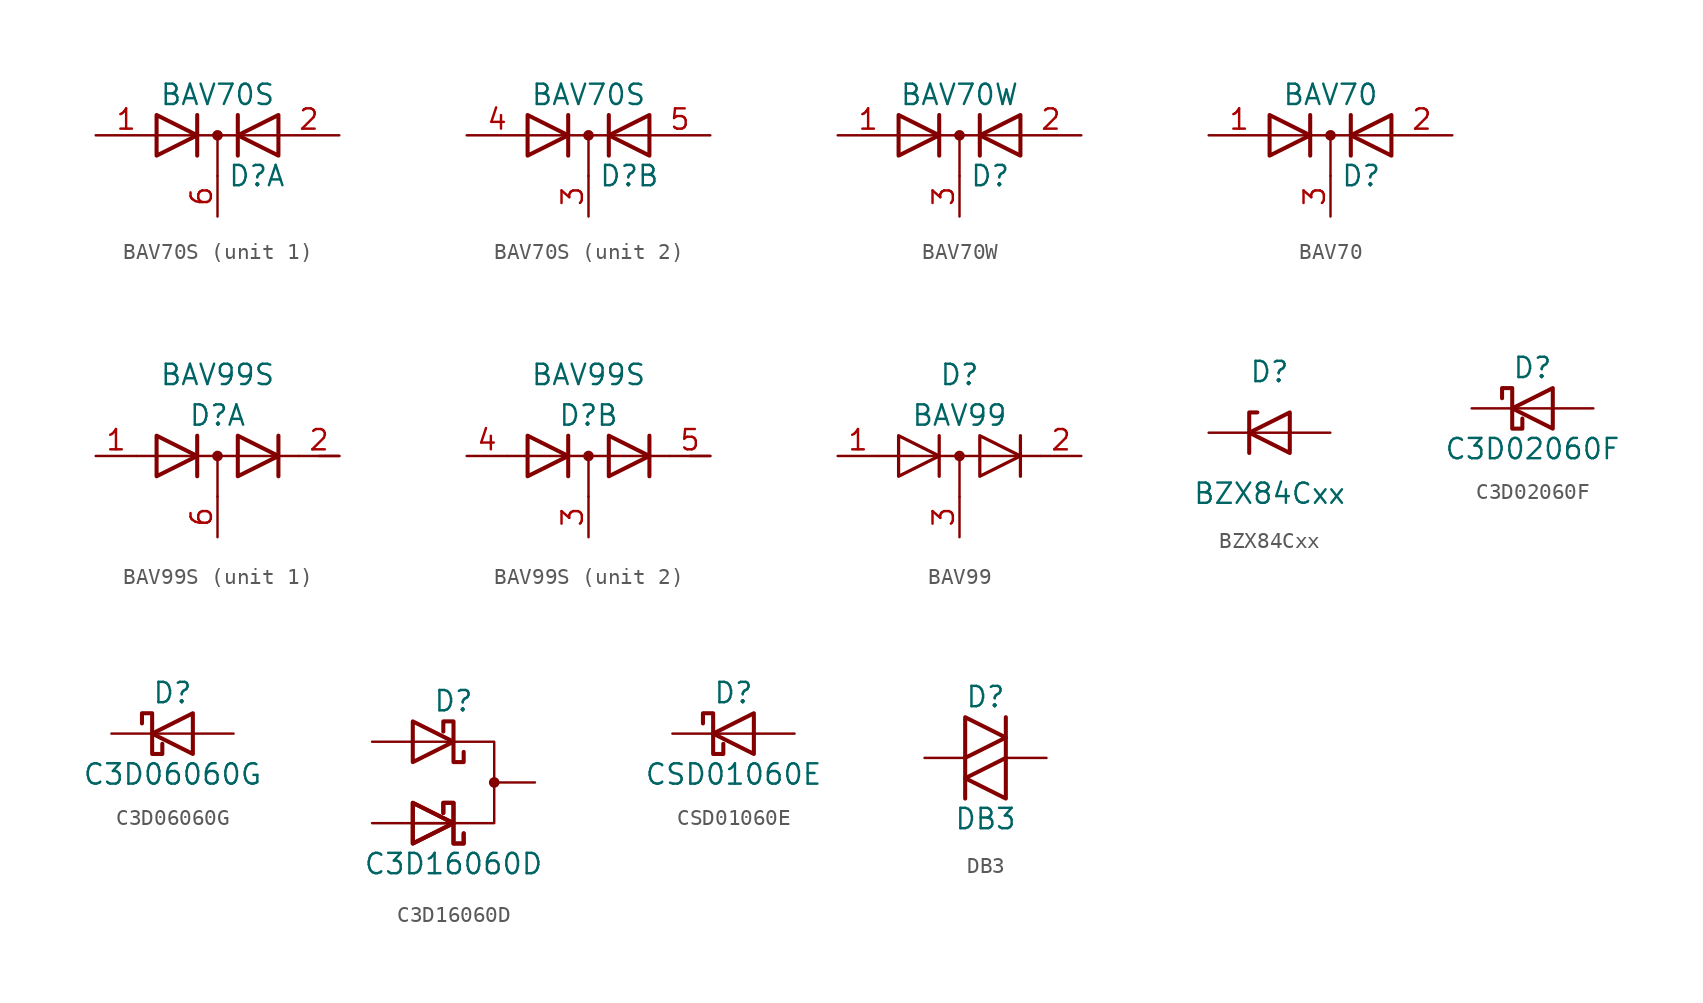
<source format=kicad_sym>
(kicad_symbol_lib
  (version 20211014)
  (generator kicad_symbol_editor)
  (symbol "BAV70S"
    (pin_names
      (offset 0.762) hide)
    (property "Reference" "D"
      (at 0.635 -2.54 0)
      (effects (font (size 1.27 1.27)) (justify left)))
    (property "Value" "BAV70S"
      (at 0 2.54 0)
      (effects (font (size 1.27 1.27))))
    (symbol "BAV70S_0_1"
      (polyline (pts (xy -3.81 0) (xy 3.81 0)) (stroke (width 0) (type default) (color 0 0 0 0)) (fill (type none)))
      (polyline (pts (xy 0 0) (xy 0 -2.54)) (stroke (width 0) (type default) (color 0 0 0 0)) (fill (type none)))
      (polyline (pts (xy -1.27 -1.27) (xy -1.27 1.27) (xy -1.27 1.27)) (stroke (width 0.254) (type default) (color 0 0 0 0)) (fill (type none)))
      (polyline (pts (xy 1.27 -1.27) (xy 1.27 1.27) (xy 1.27 1.27)) (stroke (width 0.254) (type default) (color 0 0 0 0)) (fill (type none)))
      (polyline (pts (xy -3.81 1.27) (xy -1.27 0) (xy -3.81 -1.27) (xy -3.81 1.27) (xy -3.81 1.27) (xy -3.81 1.27)) (stroke (width 0.254) (type default) (color 0 0 0 0)) (fill (type none)))
      (polyline (pts (xy 3.81 -1.27) (xy 1.27 0) (xy 3.81 1.27) (xy 3.81 -1.27) (xy 3.81 -1.27) (xy 3.81 -1.27)) (stroke (width 0.254) (type default) (color 0 0 0 0)) (fill (type none)))
      (circle (center 0 0) (radius 0.254) (stroke (width 0) (type default) (color 0 0 0 0)) (fill (type outline))))
    (symbol "BAV70S_1_1"
      (pin passive line (at -7.62 0 0) (length 3.81) (name "A" (effects (font (size 1.27 1.27)))) (number "1" (effects (font (size 1.27 1.27)))))
      (pin passive line (at 7.62 0 180) (length 3.81) (name "A" (effects (font (size 1.27 1.27)))) (number "2" (effects (font (size 1.27 1.27)))))
      (pin passive line (at 0 -5.08 90) (length 2.54) (name "K" (effects (font (size 1.27 1.27)))) (number "6" (effects (font (size 1.27 1.27))))))
    (symbol "BAV70S_2_1"
      (pin passive line (at 0 -5.08 90) (length 2.54) (name "K" (effects (font (size 1.27 1.27)))) (number "3" (effects (font (size 1.27 1.27)))))
      (pin passive line (at -7.62 0 0) (length 3.81) (name "A" (effects (font (size 1.27 1.27)))) (number "4" (effects (font (size 1.27 1.27)))))
      (pin passive line (at 7.62 0 180) (length 3.81) (name "A" (effects (font (size 1.27 1.27)))) (number "5" (effects (font (size 1.27 1.27)))))))
  (symbol "BAV70W"
    (pin_names
      (offset 0.762) hide)
    (property "Reference" "D"
      (at 0.635 -2.54 0)
      (effects (font (size 1.27 1.27)) (justify left)))
    (property "Value" "BAV70W"
      (at 0 2.54 0)
      (effects (font (size 1.27 1.27))))
    (symbol "BAV70W_0_1"
      (polyline (pts (xy -3.81 0) (xy 3.81 0)) (stroke (width 0) (type default) (color 0 0 0 0)) (fill (type none)))
      (polyline (pts (xy 0 0) (xy 0 -2.54)) (stroke (width 0) (type default) (color 0 0 0 0)) (fill (type none)))
      (polyline (pts (xy -1.27 -1.27) (xy -1.27 1.27) (xy -1.27 1.27)) (stroke (width 0.254) (type default) (color 0 0 0 0)) (fill (type none)))
      (polyline (pts (xy 1.27 -1.27) (xy 1.27 1.27) (xy 1.27 1.27)) (stroke (width 0.254) (type default) (color 0 0 0 0)) (fill (type none)))
      (polyline (pts (xy -3.81 1.27) (xy -1.27 0) (xy -3.81 -1.27) (xy -3.81 1.27) (xy -3.81 1.27) (xy -3.81 1.27)) (stroke (width 0.254) (type default) (color 0 0 0 0)) (fill (type none)))
      (polyline (pts (xy 3.81 -1.27) (xy 1.27 0) (xy 3.81 1.27) (xy 3.81 -1.27) (xy 3.81 -1.27) (xy 3.81 -1.27)) (stroke (width 0.254) (type default) (color 0 0 0 0)) (fill (type none)))
      (circle (center 0 0) (radius 0.254) (stroke (width 0) (type default) (color 0 0 0 0)) (fill (type outline)))
      (pin passive line (at -7.62 0 0) (length 3.81) (name "A" (effects (font (size 1.27 1.27)))) (number "1" (effects (font (size 1.27 1.27)))))
      (pin passive line (at 7.62 0 180) (length 3.81) (name "A" (effects (font (size 1.27 1.27)))) (number "2" (effects (font (size 1.27 1.27)))))
      (pin passive line (at 0 -5.08 90) (length 2.54) (name "K" (effects (font (size 1.27 1.27)))) (number "3" (effects (font (size 1.27 1.27)))))))
  (symbol "BAV70"
    (pin_names
      (offset 0.762) hide)
    (property "Reference" "D"
      (at 0.635 -2.54 0)
      (effects (font (size 1.27 1.27)) (justify left)))
    (property "Value" "BAV70"
      (at 0 2.54 0)
      (effects (font (size 1.27 1.27))))
    (symbol "BAV70_0_1"
      (polyline (pts (xy -3.81 0) (xy 3.81 0)) (stroke (width 0) (type default) (color 0 0 0 0)) (fill (type none)))
      (polyline (pts (xy 0 0) (xy 0 -2.54)) (stroke (width 0) (type default) (color 0 0 0 0)) (fill (type none)))
      (polyline (pts (xy -1.27 -1.27) (xy -1.27 1.27) (xy -1.27 1.27)) (stroke (width 0.254) (type default) (color 0 0 0 0)) (fill (type none)))
      (polyline (pts (xy 1.27 -1.27) (xy 1.27 1.27) (xy 1.27 1.27)) (stroke (width 0.254) (type default) (color 0 0 0 0)) (fill (type none)))
      (polyline (pts (xy -3.81 1.27) (xy -1.27 0) (xy -3.81 -1.27) (xy -3.81 1.27) (xy -3.81 1.27) (xy -3.81 1.27)) (stroke (width 0.254) (type default) (color 0 0 0 0)) (fill (type none)))
      (polyline (pts (xy 3.81 -1.27) (xy 1.27 0) (xy 3.81 1.27) (xy 3.81 -1.27) (xy 3.81 -1.27) (xy 3.81 -1.27)) (stroke (width 0.254) (type default) (color 0 0 0 0)) (fill (type none)))
      (circle (center 0 0) (radius 0.254) (stroke (width 0) (type default) (color 0 0 0 0)) (fill (type outline)))
      (pin passive line (at -7.62 0 0) (length 3.81) (name "A" (effects (font (size 1.27 1.27)))) (number "1" (effects (font (size 1.27 1.27)))))
      (pin passive line (at 7.62 0 180) (length 3.81) (name "A" (effects (font (size 1.27 1.27)))) (number "2" (effects (font (size 1.27 1.27)))))
      (pin passive line (at 0 -5.08 90) (length 2.54) (name "K" (effects (font (size 1.27 1.27)))) (number "3" (effects (font (size 1.27 1.27)))))))
  (symbol "BAV99S"
    (pin_names
      (offset 0.025) hide)
    (property "Reference" "D"
      (at 0 2.54 0)
      (effects (font (size 1.27 1.27))))
    (property "Value" "BAV99S"
      (at 0 5.08 0)
      (effects (font (size 1.27 1.27))))
    (property "ki_locked" ""
      (at 0 0 0)
      (effects (font (size 1.27 1.27))))
    (symbol "BAV99S_0_1"
      (polyline (pts (xy -5.08 0) (xy 5.08 0)) (stroke (width 0) (type default) (color 0 0 0 0)) (fill (type none)))
      (polyline (pts (xy 0 0) (xy 0 -2.54)) (stroke (width 0) (type default) (color 0 0 0 0)) (fill (type none)))
      (polyline (pts (xy -1.27 -1.27) (xy -1.27 1.27) (xy -1.27 1.27)) (stroke (width 0.254) (type default) (color 0 0 0 0)) (fill (type none)))
      (polyline (pts (xy 3.81 1.27) (xy 3.81 -1.27) (xy 3.81 -1.27)) (stroke (width 0.254) (type default) (color 0 0 0 0)) (fill (type none)))
      (polyline (pts (xy -3.81 1.27) (xy -1.27 0) (xy -3.81 -1.27) (xy -3.81 1.27) (xy -3.81 1.27) (xy -3.81 1.27)) (stroke (width 0.254) (type default) (color 0 0 0 0)) (fill (type none)))
      (polyline (pts (xy 1.27 1.27) (xy 3.81 0) (xy 1.27 -1.27) (xy 1.27 1.27) (xy 1.27 1.27) (xy 1.27 1.27)) (stroke (width 0.254) (type default) (color 0 0 0 0)) (fill (type none)))
      (circle (center 0 0) (radius 0.254) (stroke (width 0) (type default) (color 0 0 0 0)) (fill (type outline))))
    (symbol "BAV99S_1_1"
      (polyline (pts (xy 6.35 0) (xy 7.62 0)) (stroke (width 0) (type default) (color 0 0 0 0)) (fill (type none)))
      (pin passive line (at -7.62 0 0) (length 2.54) (name "A1" (effects (font (size 1.27 1.27)))) (number "1" (effects (font (size 1.27 1.27)))))
      (pin passive line (at 7.62 0 180) (length 2.54) (name "K2" (effects (font (size 1.27 1.27)))) (number "2" (effects (font (size 1.27 1.27)))))
      (pin passive line (at 0 -5.08 90) (length 2.54) (name "K3A4" (effects (font (size 1.27 1.27)))) (number "6" (effects (font (size 1.27 1.27))))))
    (symbol "BAV99S_2_1"
      (polyline (pts (xy 6.35 0) (xy 7.62 0)) (stroke (width 0) (type default) (color 0 0 0 0)) (fill (type none)))
      (pin passive line (at 0 -5.08 90) (length 2.54) (name "K1A2" (effects (font (size 1.27 1.27)))) (number "3" (effects (font (size 1.27 1.27)))))
      (pin passive line (at -7.62 0 0) (length 2.54) (name "A3" (effects (font (size 1.27 1.27)))) (number "4" (effects (font (size 1.27 1.27)))))
      (pin passive line (at 7.62 0 180) (length 2.54) (name "K4" (effects (font (size 1.27 1.27)))) (number "5" (effects (font (size 1.27 1.27)))))))
  (symbol "BAV99"
    (pin_names hide)
    (property "Reference" "D"
      (at 0 5.08 0)
      (effects (font (size 1.27 1.27))))
    (property "Value" "BAV99"
      (at 0 2.54 0)
      (effects (font (size 1.27 1.27))))
    (symbol "BAV99_0_1"
      (polyline (pts (xy -5.08 0) (xy 5.08 0)) (stroke (width 0) (type default) (color 0 0 0 0)) (fill (type none))))
    (symbol "BAV99_1_1"
      (polyline (pts (xy 0 0) (xy 0 -2.54)) (stroke (width 0) (type default) (color 0 0 0 0)) (fill (type none)))
      (polyline (pts (xy -1.27 -1.27) (xy -1.27 1.27) (xy -1.27 1.27)) (stroke (width 0.203) (type default) (color 0 0 0 0)) (fill (type none)))
      (polyline (pts (xy 3.81 1.27) (xy 3.81 -1.27) (xy 3.81 -1.27)) (stroke (width 0.203) (type default) (color 0 0 0 0)) (fill (type none)))
      (polyline (pts (xy -3.81 1.27) (xy -1.27 0) (xy -3.81 -1.27) (xy -3.81 1.27) (xy -3.81 1.27) (xy -3.81 1.27)) (stroke (width 0.203) (type default) (color 0 0 0 0)) (fill (type none)))
      (polyline (pts (xy 1.27 1.27) (xy 3.81 0) (xy 1.27 -1.27) (xy 1.27 1.27) (xy 1.27 1.27) (xy 1.27 1.27)) (stroke (width 0.203) (type default) (color 0 0 0 0)) (fill (type none)))
      (circle (center 0 0) (radius 0.254) (stroke (width 0) (type default) (color 0 0 0 0)) (fill (type outline)))
      (pin passive line (at -7.62 0 0) (length 2.54) (name "K" (effects (font (size 1.27 1.27)))) (number "1" (effects (font (size 1.27 1.27)))))
      (pin passive line (at 7.62 0 180) (length 2.54) (name "A" (effects (font (size 1.27 1.27)))) (number "2" (effects (font (size 1.27 1.27)))))
      (pin passive line (at 0 -5.08 90) (length 2.54) (name "K" (effects (font (size 1.27 1.27)))) (number "3" (effects (font (size 1.27 1.27)))))))
  (symbol "BZX84Cxx"
    (pin_numbers hide)
    (pin_names hide)
    (property "Reference" "D"
      (at 0 3.81 0)
      (effects (font (size 1.27 1.27))))
    (property "Value" "BZX84Cxx"
      (at 0 -3.81 0)
      (effects (font (size 1.27 1.27))))
    (symbol "BZX84Cxx_0_1"
      (polyline (pts (xy 1.27 0) (xy -1.27 0)) (stroke (width 0) (type default) (color 0 0 0 0)) (fill (type none)))
      (polyline (pts (xy -1.27 -1.27) (xy -1.27 1.27) (xy -0.762 1.27)) (stroke (width 0.254) (type default) (color 0 0 0 0)) (fill (type none)))
      (polyline (pts (xy 1.27 -1.27) (xy 1.27 1.27) (xy -1.27 0) (xy 1.27 -1.27)) (stroke (width 0.254) (type default) (color 0 0 0 0)) (fill (type none))))
    (symbol "BZX84Cxx_1_1"
      (pin passive line (at 3.81 0 180) (length 2.54) (name "A" (effects (font (size 1.27 1.27)))) (number "1" (effects (font (size 1.27 1.27)))))
      (pin no_connect line (at 1.27 0 180) (length 2.54) hide (name "NC" (effects (font (size 1.27 1.27)))) (number "2" (effects (font (size 1.27 1.27)))))
      (pin passive line (at -3.81 0 0) (length 2.54) (name "K" (effects (font (size 1.27 1.27)))) (number "3" (effects (font (size 1.27 1.27)))))))
  (symbol "C3D02060F"
    (pin_numbers hide)
    (pin_names
      (offset 1.016) hide)
    (property "Reference" "D"
      (at 0 2.54 0)
      (effects (font (size 1.27 1.27))))
    (property "Value" "C3D02060F"
      (at 0 -2.54 0)
      (effects (font (size 1.27 1.27))))
    (symbol "C3D02060F_0_1"
      (polyline (pts (xy 1.27 0) (xy -1.27 0)) (stroke (width 0) (type default) (color 0 0 0 0)) (fill (type none)))
      (polyline (pts (xy 1.27 1.27) (xy 1.27 -1.27) (xy -1.27 0) (xy 1.27 1.27)) (stroke (width 0.254) (type default) (color 0 0 0 0)) (fill (type none)))
      (polyline (pts (xy -1.905 0.635) (xy -1.905 1.27) (xy -1.27 1.27) (xy -1.27 -1.27) (xy -0.635 -1.27) (xy -0.635 -0.635)) (stroke (width 0.254) (type default) (color 0 0 0 0)) (fill (type none))))
    (symbol "C3D02060F_1_1"
      (pin passive line (at -3.81 0 0) (length 2.54) (name "K" (effects (font (size 1.27 1.27)))) (number "1" (effects (font (size 1.27 1.27)))))
      (pin passive line (at 3.81 0 180) (length 2.54) (name "A" (effects (font (size 1.27 1.27)))) (number "2" (effects (font (size 1.27 1.27)))))))
  (symbol "C3D06060G"
    (pin_numbers hide)
    (pin_names
      (offset 1.016) hide)
    (property "Reference" "D"
      (at 0 2.54 0)
      (effects (font (size 1.27 1.27))))
    (property "Value" "C3D06060G"
      (at 0 -2.54 0)
      (effects (font (size 1.27 1.27))))
    (symbol "C3D06060G_0_1"
      (polyline (pts (xy 1.27 0) (xy -1.27 0)) (stroke (width 0) (type default) (color 0 0 0 0)) (fill (type none)))
      (polyline (pts (xy 1.27 1.27) (xy 1.27 -1.27) (xy -1.27 0) (xy 1.27 1.27)) (stroke (width 0.254) (type default) (color 0 0 0 0)) (fill (type none)))
      (polyline (pts (xy -1.905 0.635) (xy -1.905 1.27) (xy -1.27 1.27) (xy -1.27 -1.27) (xy -0.635 -1.27) (xy -0.635 -0.635)) (stroke (width 0.254) (type default) (color 0 0 0 0)) (fill (type none))))
    (symbol "C3D06060G_1_1"
      (pin passive line (at -3.81 0 0) (length 2.54) (name "K" (effects (font (size 1.27 1.27)))) (number "1" (effects (font (size 1.27 1.27)))))
      (pin passive line (at 3.81 0 180) (length 2.54) (name "A" (effects (font (size 1.27 1.27)))) (number "2" (effects (font (size 1.27 1.27)))))))
  (symbol "C3D16060D"
    (pin_numbers hide)
    (pin_names
      (offset 1.016) hide)
    (property "Reference" "D"
      (at 0 5.08 0)
      (effects (font (size 1.27 1.27))))
    (property "Value" "C3D16060D"
      (at 0 -5.08 0)
      (effects (font (size 1.27 1.27))))
    (symbol "C3D16060D_0_1"
      (polyline (pts (xy -2.54 -2.54) (xy 0 -2.54)) (stroke (width 0) (type default) (color 0 0 0 0)) (fill (type none)))
      (polyline (pts (xy -2.54 -2.54) (xy 0 -2.54)) (stroke (width 0) (type default) (color 0 0 0 0)) (fill (type none)))
      (polyline (pts (xy -2.54 2.54) (xy 0 2.54)) (stroke (width 0) (type default) (color 0 0 0 0)) (fill (type none)))
      (polyline (pts (xy -2.54 -3.81) (xy -2.54 -1.27) (xy 0 -2.54) (xy -2.54 -3.81)) (stroke (width 0.254) (type default) (color 0 0 0 0)) (fill (type none)))
      (polyline (pts (xy -2.54 -3.81) (xy -2.54 -1.27) (xy 0 -2.54) (xy -2.54 -3.81)) (stroke (width 0.254) (type default) (color 0 0 0 0)) (fill (type none)))
      (polyline (pts (xy -2.54 1.27) (xy -2.54 3.81) (xy 0 2.54) (xy -2.54 1.27)) (stroke (width 0.254) (type default) (color 0 0 0 0)) (fill (type none)))
      (polyline (pts (xy 0 2.54) (xy 2.54 2.54) (xy 2.54 -2.54) (xy 0 -2.54)) (stroke (width 0) (type default) (color 0 0 0 0)) (fill (type none)))
      (polyline (pts (xy 0.635 -3.175) (xy 0.635 -3.81) (xy 0 -3.81) (xy 0 -1.27) (xy -0.635 -1.27) (xy -0.635 -1.905)) (stroke (width 0.254) (type default) (color 0 0 0 0)) (fill (type none)))
      (polyline (pts (xy 0.635 -3.175) (xy 0.635 -3.81) (xy 0 -3.81) (xy 0 -1.27) (xy -0.635 -1.27) (xy -0.635 -1.905)) (stroke (width 0.254) (type default) (color 0 0 0 0)) (fill (type none)))
      (polyline (pts (xy 0.635 1.905) (xy 0.635 1.27) (xy 0 1.27) (xy 0 3.81) (xy -0.635 3.81) (xy -0.635 3.175)) (stroke (width 0.254) (type default) (color 0 0 0 0)) (fill (type none)))
      (circle (center 2.54 0) (radius 0.254) (stroke (width 0) (type default) (color 0 0 0 0)) (fill (type outline))))
    (symbol "C3D16060D_1_1"
      (pin passive line (at -5.08 2.54 0) (length 2.54) (name "A1" (effects (font (size 1.27 1.27)))) (number "1" (effects (font (size 1.27 1.27)))))
      (pin passive line (at 5.08 0 180) (length 2.54) (name "K" (effects (font (size 1.27 1.27)))) (number "2" (effects (font (size 1.27 1.27)))))
      (pin passive line (at -5.08 -2.54 0) (length 2.54) (name "A2" (effects (font (size 1.27 1.27)))) (number "3" (effects (font (size 1.27 1.27)))))))
  (symbol "CSD01060E"
    (pin_numbers hide)
    (pin_names
      (offset 1.016) hide)
    (property "Reference" "D"
      (at 0 2.54 0)
      (effects (font (size 1.27 1.27))))
    (property "Value" "CSD01060E"
      (at 0 -2.54 0)
      (effects (font (size 1.27 1.27))))
    (symbol "CSD01060E_0_1"
      (polyline (pts (xy 1.27 0) (xy -1.27 0)) (stroke (width 0) (type default) (color 0 0 0 0)) (fill (type none)))
      (polyline (pts (xy 1.27 1.27) (xy 1.27 -1.27) (xy -1.27 0) (xy 1.27 1.27)) (stroke (width 0.254) (type default) (color 0 0 0 0)) (fill (type none)))
      (polyline (pts (xy -1.905 0.635) (xy -1.905 1.27) (xy -1.27 1.27) (xy -1.27 -1.27) (xy -0.635 -1.27) (xy -0.635 -0.635)) (stroke (width 0.254) (type default) (color 0 0 0 0)) (fill (type none))))
    (symbol "CSD01060E_1_1"
      (pin passive line (at -3.81 0 0) (length 2.54) (name "K" (effects (font (size 1.27 1.27)))) (number "1" (effects (font (size 1.27 1.27)))))
      (pin passive line (at 3.81 0 180) (length 2.54) (name "A" (effects (font (size 1.27 1.27)))) (number "2" (effects (font (size 1.27 1.27)))))))
  (symbol "DB3"
    (pin_numbers hide)
    (pin_names
      (offset 1.016) hide)
    (property "Reference" "D"
      (at 0 3.81 0)
      (effects (font (size 1.27 1.27))))
    (property "Value" "DB3"
      (at 0 -3.81 0)
      (effects (font (size 1.27 1.27))))
    (symbol "DB3_0_1"
      (polyline (pts (xy -1.27 0) (xy -1.27 -2.54)) (stroke (width 0.254) (type default) (color 0 0 0 0)) (fill (type none)))
      (polyline (pts (xy 1.27 2.54) (xy 1.27 0)) (stroke (width 0.254) (type default) (color 0 0 0 0)) (fill (type none)))
      (polyline (pts (xy -1.27 2.54) (xy -1.27 0) (xy 1.27 1.27) (xy -1.27 2.54)) (stroke (width 0.254) (type default) (color 0 0 0 0)) (fill (type none)))
      (polyline (pts (xy 1.27 0) (xy 1.27 -2.54) (xy -1.27 -1.27) (xy 1.27 0)) (stroke (width 0.254) (type default) (color 0 0 0 0)) (fill (type none))))
    (symbol "DB3_1_1"
      (pin passive line (at -3.81 0 0) (length 2.54) (name "K" (effects (font (size 1.27 1.27)))) (number "1" (effects (font (size 1.27 1.27)))))
      (pin passive line (at 3.81 0 180) (length 2.54) (name "A" (effects (font (size 1.27 1.27)))) (number "2" (effects (font (size 1.27 1.27))))))))
</source>
